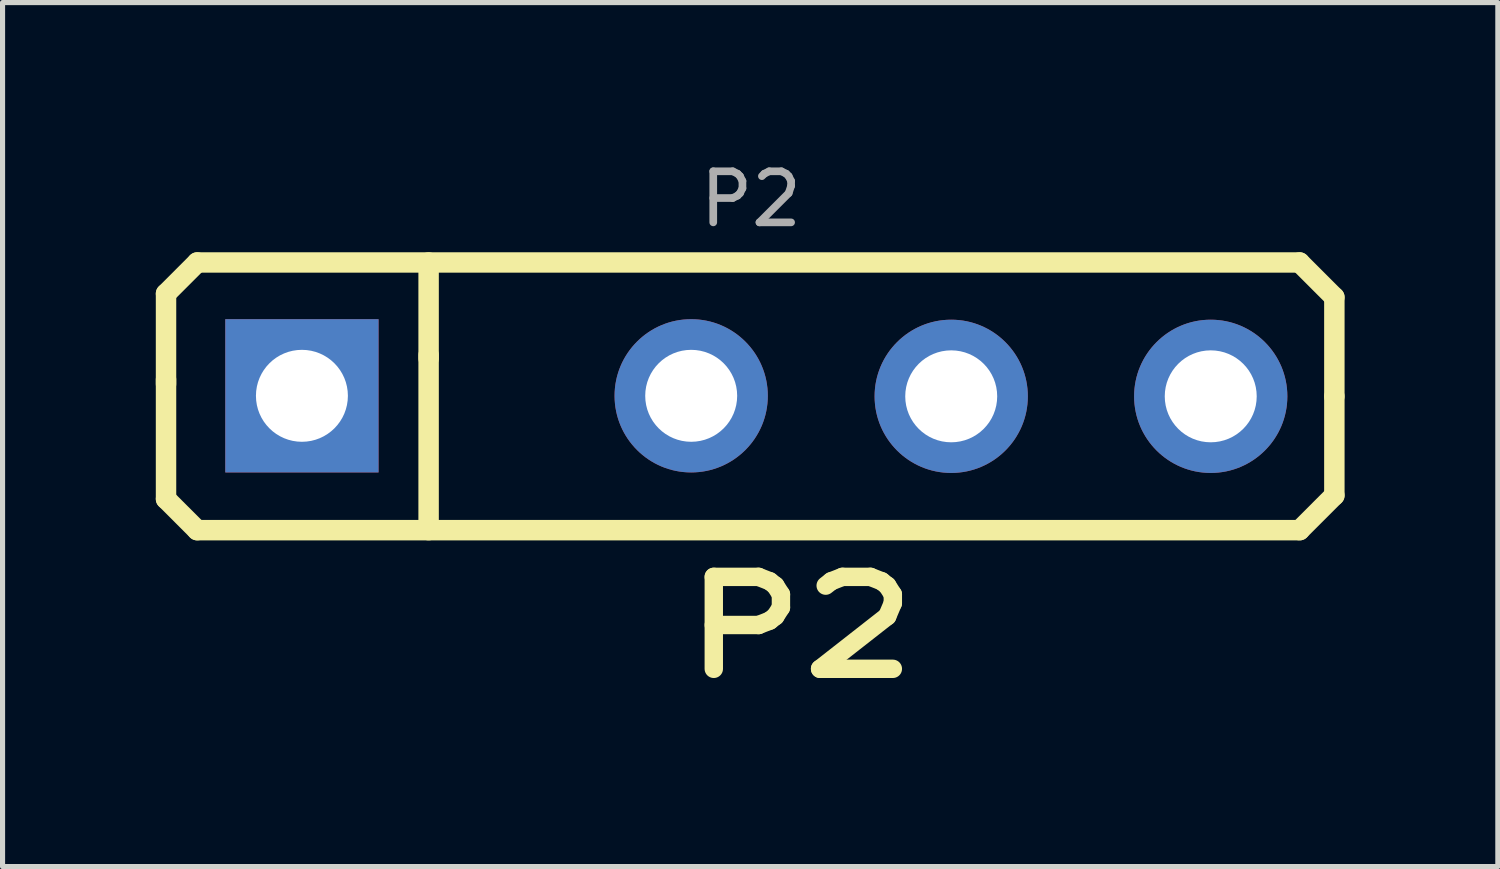
<source format=kicad_pcb>
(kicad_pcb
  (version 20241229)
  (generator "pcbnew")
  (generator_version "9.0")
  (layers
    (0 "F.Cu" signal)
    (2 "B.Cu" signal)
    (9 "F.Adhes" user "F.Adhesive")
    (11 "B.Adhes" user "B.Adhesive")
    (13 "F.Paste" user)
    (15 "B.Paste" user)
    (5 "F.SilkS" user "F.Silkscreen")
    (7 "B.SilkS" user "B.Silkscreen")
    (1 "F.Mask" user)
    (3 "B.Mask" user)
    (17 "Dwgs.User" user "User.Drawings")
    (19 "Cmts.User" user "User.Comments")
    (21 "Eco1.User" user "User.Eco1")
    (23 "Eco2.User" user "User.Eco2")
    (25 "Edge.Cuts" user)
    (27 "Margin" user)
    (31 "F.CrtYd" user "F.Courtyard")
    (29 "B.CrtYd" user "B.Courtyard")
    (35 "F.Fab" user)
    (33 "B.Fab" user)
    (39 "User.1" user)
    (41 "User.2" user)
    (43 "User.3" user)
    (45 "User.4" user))
  (footprint "P2"
    (layer "F.Cu")
    (at 2.84 4.678)
    (property "Reference" "P2" (at 9.78 4.55 0) (unlocked yes) (layer "F.SilkS") (effects (font (size 1.8 2.3) (thickness 0.36) (bold yes))))
    (attr through_hole)
    (fp_line (start -2.64 -1.98) (end -2.64 -0.21) (stroke (width 0.4) (type default)) (layer "F.SilkS"))
    (fp_line (start -2.64 2.04) (end -2.64 -0.3) (stroke (width 0.4) (type default)) (layer "F.SilkS"))
    (fp_line (start -2.03 -2.59) (end -2.64 -1.98) (stroke (width 0.4) (type default)) (layer "F.SilkS"))
    (fp_line (start -2.03 2.65) (end -2.64 2.04) (stroke (width 0.4) (type default)) (layer "F.SilkS"))
    (fp_line (start 2.5 -2.59) (end 2.5 -0.71) (stroke (width 0.4) (type default)) (layer "F.SilkS"))
    (fp_line (start 2.5 2.65) (end 2.5 -0.78) (stroke (width 0.4) (type default)) (layer "F.SilkS"))
    (fp_line (start 19.55 -2.59) (end -2.03 -2.59) (stroke (width 0.4) (type default)) (layer "F.SilkS"))
    (fp_line (start 19.55 2.65) (end -2.03 2.65) (stroke (width 0.4) (type default)) (layer "F.SilkS"))
    (fp_line (start 20.23 -1.91) (end 19.55 -2.59) (stroke (width 0.4) (type default)) (layer "F.SilkS"))
    (fp_line (start 20.23 0.03) (end 20.23 -1.91) (stroke (width 0.4) (type default)) (layer "F.SilkS"))
    (fp_line (start 20.23 0.03) (end 20.23 1.97) (stroke (width 0.4) (type default)) (layer "F.SilkS"))
    (fp_line (start 20.23 1.97) (end 19.55 2.65) (stroke (width 0.4) (type default)) (layer "F.SilkS"))
    (fp_text user "${REFERENCE}" (at 8.81 -3.83 0) (unlocked yes) (layer "F.Fab") (effects (font (size 1 1) (thickness 0.15))))
    (pad "1" thru_hole rect (at 0.02 0.02) (size 3 3) (drill 1.8) (layers "*.Cu" "*.Mask"))
    (pad "2" thru_hole circle (at 7.64 0.02) (size 3 3) (drill 1.8) (layers "*.Cu" "*.Mask"))
    (pad "3" thru_hole circle (at 12.73 0.03) (size 3 3) (drill 1.8) (layers "*.Cu" "*.Mask"))
    (pad "4" thru_hole circle (at 17.81 0.03) (size 3 3) (drill 1.8) (layers "*.Cu" "*.Mask")))
  (gr_rect
    (start -3 -3)
    (end 26.27 13.913)
    (stroke (width 0.1) (type default))
    (fill no)
    (layer "Edge.Cuts")))
</source>
